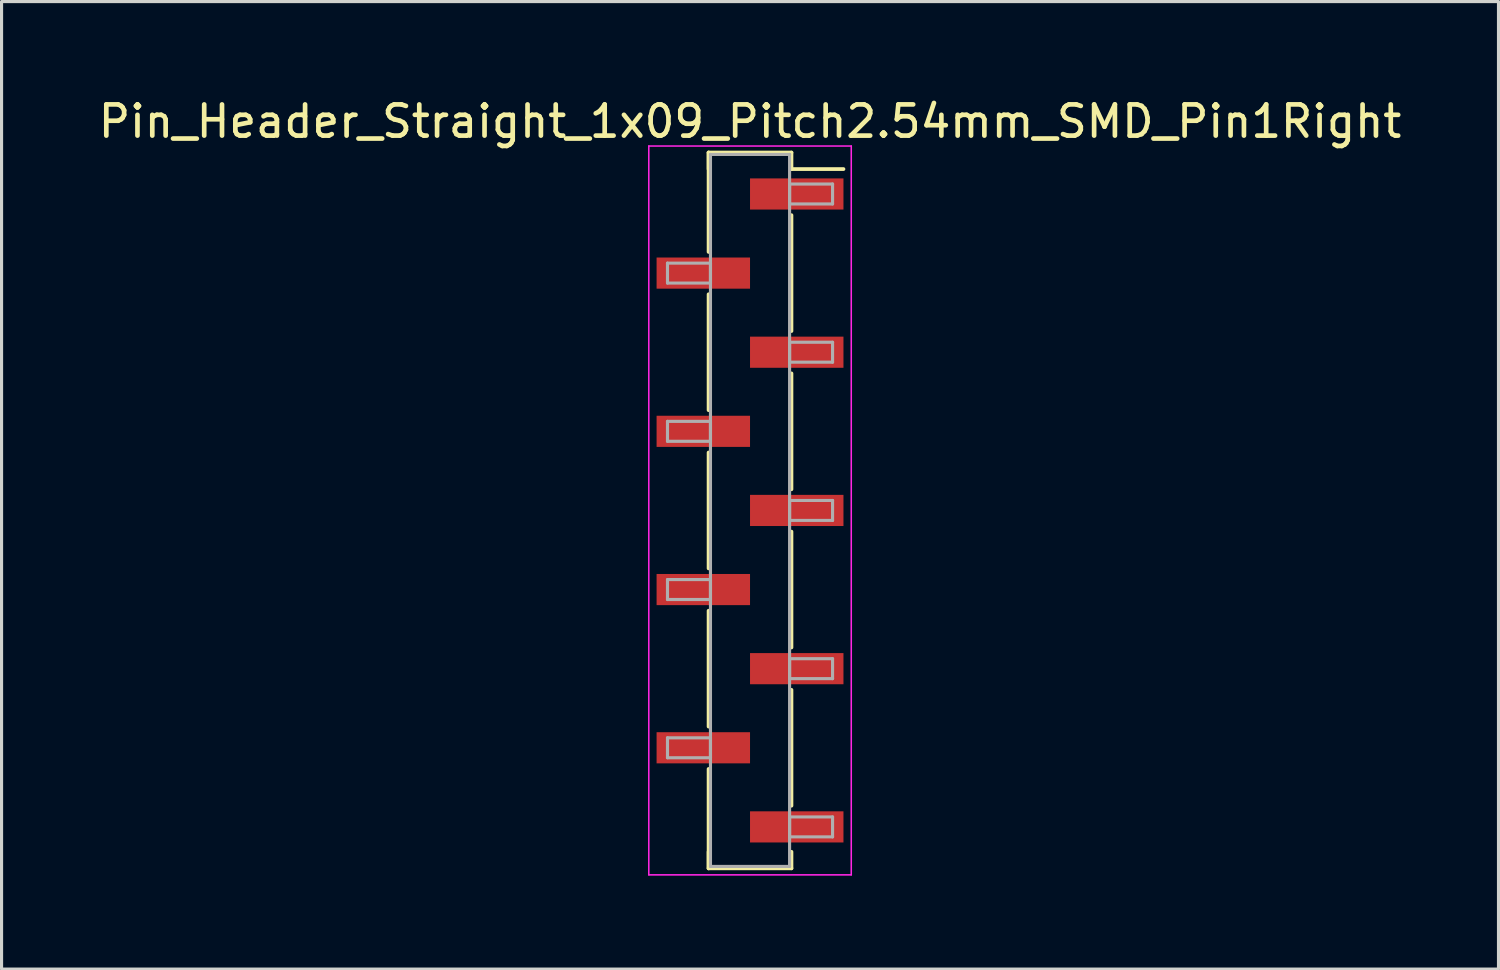
<source format=kicad_pcb>
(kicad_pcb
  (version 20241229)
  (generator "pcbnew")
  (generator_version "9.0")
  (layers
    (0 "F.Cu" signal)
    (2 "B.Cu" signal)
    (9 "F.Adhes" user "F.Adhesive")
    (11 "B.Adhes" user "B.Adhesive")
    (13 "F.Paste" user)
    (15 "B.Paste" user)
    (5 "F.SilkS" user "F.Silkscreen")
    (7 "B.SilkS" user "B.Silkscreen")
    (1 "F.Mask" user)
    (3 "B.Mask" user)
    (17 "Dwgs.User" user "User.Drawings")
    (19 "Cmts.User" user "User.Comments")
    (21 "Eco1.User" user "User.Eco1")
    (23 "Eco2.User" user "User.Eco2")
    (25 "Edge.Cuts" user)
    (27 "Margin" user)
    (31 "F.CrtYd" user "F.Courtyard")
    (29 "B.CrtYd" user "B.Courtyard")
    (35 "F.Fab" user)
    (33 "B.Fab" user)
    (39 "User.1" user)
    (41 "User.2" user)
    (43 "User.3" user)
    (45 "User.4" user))
  (footprint "Pin_Header_Straight_1x09_Pitch2.54mm_SMD_Pin1Right"
    (layer "F.Cu")
    (at 21.03 13.338)
    (property "Reference" "Pin_Header_Straight_1x09_Pitch2.54mm_SMD_Pin1Right" (at 0 -12.49 0) (layer "F.SilkS") (effects (font (size 1 1) (thickness 0.15))))
    (attr smd)
    (fp_line (start -1.33 -11.49) (end -1.33 -8.3) (stroke (width 0.12) (type solid)) (layer "F.SilkS"))
    (fp_line (start -1.33 -11.49) (end 1.33 -11.49) (stroke (width 0.12) (type solid)) (layer "F.SilkS"))
    (fp_line (start -1.33 -10.96) (end -1.33 -11.49) (stroke (width 0.12) (type solid)) (layer "F.SilkS"))
    (fp_line (start -1.33 -6.94) (end -1.33 -3.22) (stroke (width 0.12) (type solid)) (layer "F.SilkS"))
    (fp_line (start -1.33 -1.86) (end -1.33 1.86) (stroke (width 0.12) (type solid)) (layer "F.SilkS"))
    (fp_line (start -1.33 3.22) (end -1.33 6.94) (stroke (width 0.12) (type solid)) (layer "F.SilkS"))
    (fp_line (start -1.33 8.3) (end -1.33 11.49) (stroke (width 0.12) (type solid)) (layer "F.SilkS"))
    (fp_line (start -1.33 10.96) (end -1.33 11.49) (stroke (width 0.12) (type solid)) (layer "F.SilkS"))
    (fp_line (start -1.33 11.49) (end 1.33 11.49) (stroke (width 0.12) (type solid)) (layer "F.SilkS"))
    (fp_line (start 1.33 -11.49) (end 1.33 -10.96) (stroke (width 0.12) (type solid)) (layer "F.SilkS"))
    (fp_line (start 1.33 -10.96) (end 3 -10.96) (stroke (width 0.12) (type solid)) (layer "F.SilkS"))
    (fp_line (start 1.33 -9.48) (end 1.33 -5.76) (stroke (width 0.12) (type solid)) (layer "F.SilkS"))
    (fp_line (start 1.33 -4.4) (end 1.33 -0.68) (stroke (width 0.12) (type solid)) (layer "F.SilkS"))
    (fp_line (start 1.33 0.68) (end 1.33 4.4) (stroke (width 0.12) (type solid)) (layer "F.SilkS"))
    (fp_line (start 1.33 5.76) (end 1.33 9.48) (stroke (width 0.12) (type solid)) (layer "F.SilkS"))
    (fp_line (start 1.33 11.49) (end 1.33 10.96) (stroke (width 0.12) (type solid)) (layer "F.SilkS"))
    (fp_line (start -3.25 -11.7) (end -3.25 11.7) (stroke (width 0.05) (type solid)) (layer "F.CrtYd"))
    (fp_line (start -3.25 11.7) (end 3.25 11.7) (stroke (width 0.05) (type solid)) (layer "F.CrtYd"))
    (fp_line (start 3.25 -11.7) (end -3.25 -11.7) (stroke (width 0.05) (type solid)) (layer "F.CrtYd"))
    (fp_line (start 3.25 11.7) (end 3.25 -11.7) (stroke (width 0.05) (type solid)) (layer "F.CrtYd"))
    (fp_line (start -2.65 -7.94) (end -1.27 -7.94) (stroke (width 0.1) (type solid)) (layer "F.Fab"))
    (fp_line (start -2.65 -7.3) (end -2.65 -7.94) (stroke (width 0.1) (type solid)) (layer "F.Fab"))
    (fp_line (start -2.65 -2.86) (end -1.27 -2.86) (stroke (width 0.1) (type solid)) (layer "F.Fab"))
    (fp_line (start -2.65 -2.22) (end -2.65 -2.86) (stroke (width 0.1) (type solid)) (layer "F.Fab"))
    (fp_line (start -2.65 2.22) (end -1.27 2.22) (stroke (width 0.1) (type solid)) (layer "F.Fab"))
    (fp_line (start -2.65 2.86) (end -2.65 2.22) (stroke (width 0.1) (type solid)) (layer "F.Fab"))
    (fp_line (start -2.65 7.3) (end -1.27 7.3) (stroke (width 0.1) (type solid)) (layer "F.Fab"))
    (fp_line (start -2.65 7.94) (end -2.65 7.3) (stroke (width 0.1) (type solid)) (layer "F.Fab"))
    (fp_line (start -1.27 -11.43) (end -1.27 11.43) (stroke (width 0.1) (type solid)) (layer "F.Fab"))
    (fp_line (start -1.27 -7.94) (end -1.27 -7.3) (stroke (width 0.1) (type solid)) (layer "F.Fab"))
    (fp_line (start -1.27 -7.3) (end -2.65 -7.3) (stroke (width 0.1) (type solid)) (layer "F.Fab"))
    (fp_line (start -1.27 -2.86) (end -1.27 -2.22) (stroke (width 0.1) (type solid)) (layer "F.Fab"))
    (fp_line (start -1.27 -2.22) (end -2.65 -2.22) (stroke (width 0.1) (type solid)) (layer "F.Fab"))
    (fp_line (start -1.27 2.22) (end -1.27 2.86) (stroke (width 0.1) (type solid)) (layer "F.Fab"))
    (fp_line (start -1.27 2.86) (end -2.65 2.86) (stroke (width 0.1) (type solid)) (layer "F.Fab"))
    (fp_line (start -1.27 7.3) (end -1.27 7.94) (stroke (width 0.1) (type solid)) (layer "F.Fab"))
    (fp_line (start -1.27 7.94) (end -2.65 7.94) (stroke (width 0.1) (type solid)) (layer "F.Fab"))
    (fp_line (start -1.27 11.43) (end 1.27 11.43) (stroke (width 0.1) (type solid)) (layer "F.Fab"))
    (fp_line (start 1.27 -11.43) (end -1.27 -11.43) (stroke (width 0.1) (type solid)) (layer "F.Fab"))
    (fp_line (start 1.27 -10.48) (end 1.27 -9.84) (stroke (width 0.1) (type solid)) (layer "F.Fab"))
    (fp_line (start 1.27 -9.84) (end 2.65 -9.84) (stroke (width 0.1) (type solid)) (layer "F.Fab"))
    (fp_line (start 1.27 -5.4) (end 1.27 -4.76) (stroke (width 0.1) (type solid)) (layer "F.Fab"))
    (fp_line (start 1.27 -4.76) (end 2.65 -4.76) (stroke (width 0.1) (type solid)) (layer "F.Fab"))
    (fp_line (start 1.27 -0.32) (end 1.27 0.32) (stroke (width 0.1) (type solid)) (layer "F.Fab"))
    (fp_line (start 1.27 0.32) (end 2.65 0.32) (stroke (width 0.1) (type solid)) (layer "F.Fab"))
    (fp_line (start 1.27 4.76) (end 1.27 5.4) (stroke (width 0.1) (type solid)) (layer "F.Fab"))
    (fp_line (start 1.27 5.4) (end 2.65 5.4) (stroke (width 0.1) (type solid)) (layer "F.Fab"))
    (fp_line (start 1.27 9.84) (end 1.27 10.48) (stroke (width 0.1) (type solid)) (layer "F.Fab"))
    (fp_line (start 1.27 10.48) (end 2.65 10.48) (stroke (width 0.1) (type solid)) (layer "F.Fab"))
    (fp_line (start 1.27 11.43) (end 1.27 -11.43) (stroke (width 0.1) (type solid)) (layer "F.Fab"))
    (fp_line (start 2.65 -10.48) (end 1.27 -10.48) (stroke (width 0.1) (type solid)) (layer "F.Fab"))
    (fp_line (start 2.65 -9.84) (end 2.65 -10.48) (stroke (width 0.1) (type solid)) (layer "F.Fab"))
    (fp_line (start 2.65 -5.4) (end 1.27 -5.4) (stroke (width 0.1) (type solid)) (layer "F.Fab"))
    (fp_line (start 2.65 -4.76) (end 2.65 -5.4) (stroke (width 0.1) (type solid)) (layer "F.Fab"))
    (fp_line (start 2.65 -0.32) (end 1.27 -0.32) (stroke (width 0.1) (type solid)) (layer "F.Fab"))
    (fp_line (start 2.65 0.32) (end 2.65 -0.32) (stroke (width 0.1) (type solid)) (layer "F.Fab"))
    (fp_line (start 2.65 4.76) (end 1.27 4.76) (stroke (width 0.1) (type solid)) (layer "F.Fab"))
    (fp_line (start 2.65 5.4) (end 2.65 4.76) (stroke (width 0.1) (type solid)) (layer "F.Fab"))
    (fp_line (start 2.65 9.84) (end 1.27 9.84) (stroke (width 0.1) (type solid)) (layer "F.Fab"))
    (fp_line (start 2.65 10.48) (end 2.65 9.84) (stroke (width 0.1) (type solid)) (layer "F.Fab"))
    (pad "1" smd rect (at 1.5 -10.16) (size 3 1) (layers "F.Cu" "F.Mask"))
    (pad "2" smd rect (at -1.5 -7.62) (size 3 1) (layers "F.Cu" "F.Mask"))
    (pad "3" smd rect (at 1.5 -5.08) (size 3 1) (layers "F.Cu" "F.Mask"))
    (pad "4" smd rect (at -1.5 -2.54) (size 3 1) (layers "F.Cu" "F.Mask"))
    (pad "5" smd rect (at 1.5 0) (size 3 1) (layers "F.Cu" "F.Mask"))
    (pad "6" smd rect (at -1.5 2.54) (size 3 1) (layers "F.Cu" "F.Mask"))
    (pad "7" smd rect (at 1.5 5.08) (size 3 1) (layers "F.Cu" "F.Mask"))
    (pad "8" smd rect (at -1.5 7.62) (size 3 1) (layers "F.Cu" "F.Mask"))
    (pad "9" smd rect (at 1.5 10.16) (size 3 1) (layers "F.Cu" "F.Mask")))
  (gr_rect
    (start -3 -3)
    (end 45.06 28.063)
    (stroke (width 0.1) (type default))
    (fill no)
    (layer "Edge.Cuts")))
</source>
